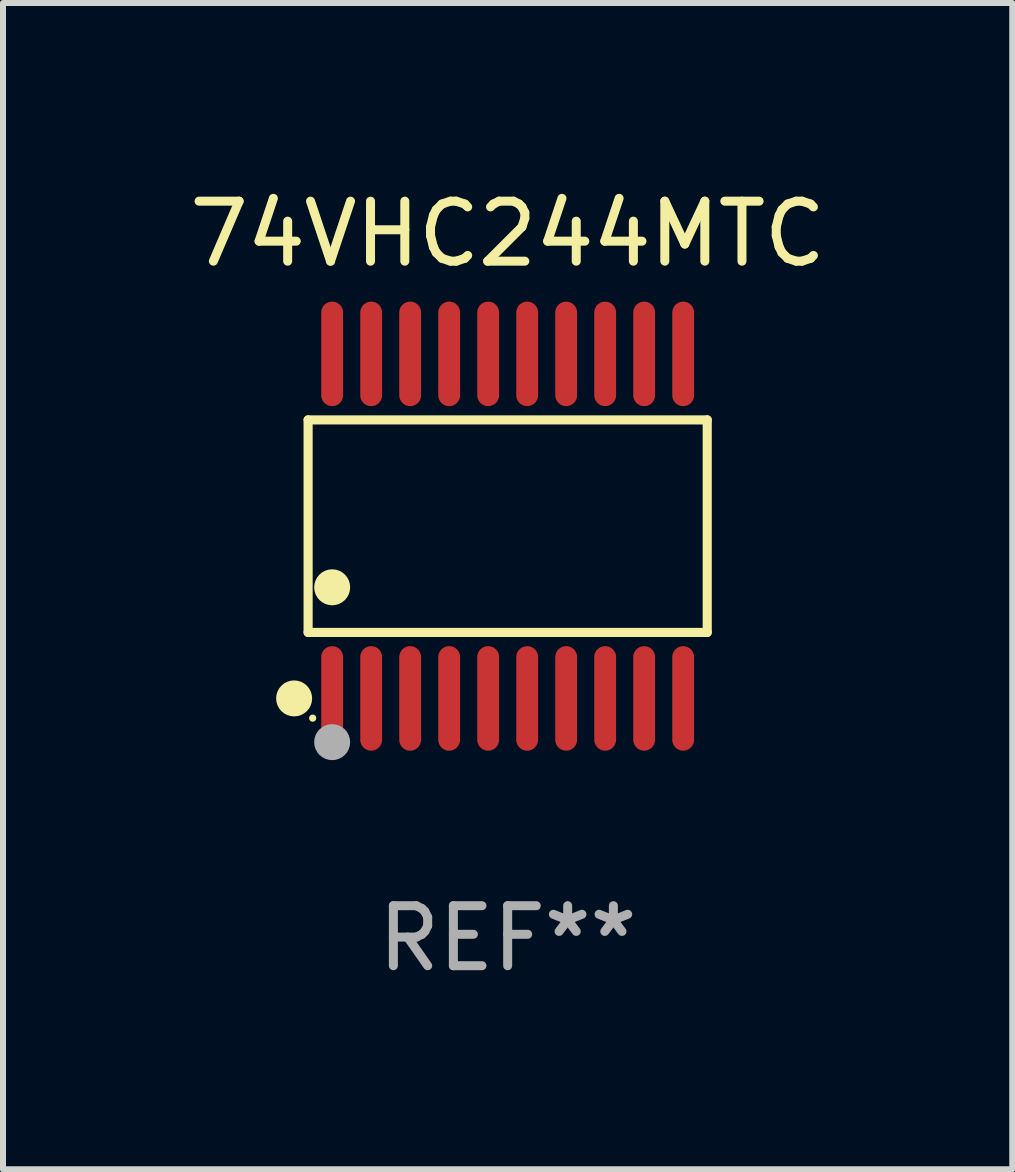
<source format=kicad_pcb>
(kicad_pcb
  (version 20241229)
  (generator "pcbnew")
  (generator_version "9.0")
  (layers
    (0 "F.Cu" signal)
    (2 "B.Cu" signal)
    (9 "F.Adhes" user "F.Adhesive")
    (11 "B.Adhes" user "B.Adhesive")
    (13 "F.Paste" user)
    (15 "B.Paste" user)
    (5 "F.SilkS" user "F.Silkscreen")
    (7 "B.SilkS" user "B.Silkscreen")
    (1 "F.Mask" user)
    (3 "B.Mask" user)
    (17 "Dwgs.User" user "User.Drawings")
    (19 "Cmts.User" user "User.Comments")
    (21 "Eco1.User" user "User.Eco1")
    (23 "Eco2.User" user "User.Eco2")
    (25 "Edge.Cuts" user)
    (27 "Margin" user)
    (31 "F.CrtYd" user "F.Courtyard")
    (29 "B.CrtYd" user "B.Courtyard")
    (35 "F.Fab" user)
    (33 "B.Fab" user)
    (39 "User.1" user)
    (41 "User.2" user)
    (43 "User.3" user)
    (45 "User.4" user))
  (footprint "74VHC244MTC"
    (layer "F.Cu")
    (at 5.411 5.719)
    (property "Reference" "74VHC244MTC" (at 0 -4.871 0) (layer "F.SilkS") (effects (font (size 1 1) (thickness 0.15))))
    (attr through_hole)
    (fp_line (start -3.326 -1.771) (end 3.326 -1.771) (stroke (width 0.152) (type solid)) (layer "F.SilkS"))
    (fp_line (start -3.326 1.771) (end -3.326 -1.771) (stroke (width 0.152) (type solid)) (layer "F.SilkS"))
    (fp_line (start 3.326 -1.771) (end 3.326 1.771) (stroke (width 0.152) (type solid)) (layer "F.SilkS"))
    (fp_line (start 3.326 1.771) (end -3.326 1.771) (stroke (width 0.152) (type solid)) (layer "F.SilkS"))
    (fp_circle (center -3.559 2.871) (end -3.409 2.871) (stroke (width 0.3) (type solid)) (fill no) (layer "F.SilkS"))
    (fp_circle (center -3.25 3.2) (end -3.22 3.2) (stroke (width 0.06) (type solid)) (fill no) (layer "F.SilkS"))
    (fp_circle (center -2.925 1.019) (end -2.775 1.019) (stroke (width 0.3) (type solid)) (fill no) (layer "F.SilkS"))
    (fp_circle (center -2.925 3.6) (end -2.775 3.6) (stroke (width 0.3) (type solid)) (fill no) (layer "F.Fab"))
    (fp_text user "REF**" (at 0 6.871 0) (layer "F.Fab") (effects (font (size 1 1) (thickness 0.15))))
    (pad "1" smd oval (at -2.925 2.871) (size 0.364 1.742) (layers "F.Cu" "F.Mask" "F.Paste"))
    (pad "2" smd oval (at -2.275 2.871) (size 0.364 1.742) (layers "F.Cu" "F.Mask" "F.Paste"))
    (pad "3" smd oval (at -1.625 2.871) (size 0.364 1.742) (layers "F.Cu" "F.Mask" "F.Paste"))
    (pad "4" smd oval (at -0.975 2.871) (size 0.364 1.742) (layers "F.Cu" "F.Mask" "F.Paste"))
    (pad "5" smd oval (at -0.325 2.871) (size 0.364 1.742) (layers "F.Cu" "F.Mask" "F.Paste"))
    (pad "6" smd oval (at 0.325 2.871) (size 0.364 1.742) (layers "F.Cu" "F.Mask" "F.Paste"))
    (pad "7" smd oval (at 0.975 2.871) (size 0.364 1.742) (layers "F.Cu" "F.Mask" "F.Paste"))
    (pad "8" smd oval (at 1.625 2.871) (size 0.364 1.742) (layers "F.Cu" "F.Mask" "F.Paste"))
    (pad "9" smd oval (at 2.275 2.871) (size 0.364 1.742) (layers "F.Cu" "F.Mask" "F.Paste"))
    (pad "10" smd oval (at 2.925 2.871) (size 0.364 1.742) (layers "F.Cu" "F.Mask" "F.Paste"))
    (pad "11" smd oval (at 2.925 -2.871) (size 0.364 1.742) (layers "F.Cu" "F.Mask" "F.Paste"))
    (pad "12" smd oval (at 2.275 -2.871) (size 0.364 1.742) (layers "F.Cu" "F.Mask" "F.Paste"))
    (pad "13" smd oval (at 1.625 -2.871) (size 0.364 1.742) (layers "F.Cu" "F.Mask" "F.Paste"))
    (pad "14" smd oval (at 0.975 -2.871) (size 0.364 1.742) (layers "F.Cu" "F.Mask" "F.Paste"))
    (pad "15" smd oval (at 0.325 -2.871) (size 0.364 1.742) (layers "F.Cu" "F.Mask" "F.Paste"))
    (pad "16" smd oval (at -0.325 -2.871) (size 0.364 1.742) (layers "F.Cu" "F.Mask" "F.Paste"))
    (pad "17" smd oval (at -0.975 -2.871) (size 0.364 1.742) (layers "F.Cu" "F.Mask" "F.Paste"))
    (pad "18" smd oval (at -1.625 -2.871) (size 0.364 1.742) (layers "F.Cu" "F.Mask" "F.Paste"))
    (pad "19" smd oval (at -2.275 -2.871) (size 0.364 1.742) (layers "F.Cu" "F.Mask" "F.Paste"))
    (pad "20" smd oval (at -2.925 -2.871) (size 0.364 1.742) (layers "F.Cu" "F.Mask" "F.Paste")))
  (gr_rect
    (start -3 -3)
    (end 13.821 16.438)
    (stroke (width 0.1) (type default))
    (fill no)
    (layer "Edge.Cuts")))
</source>
